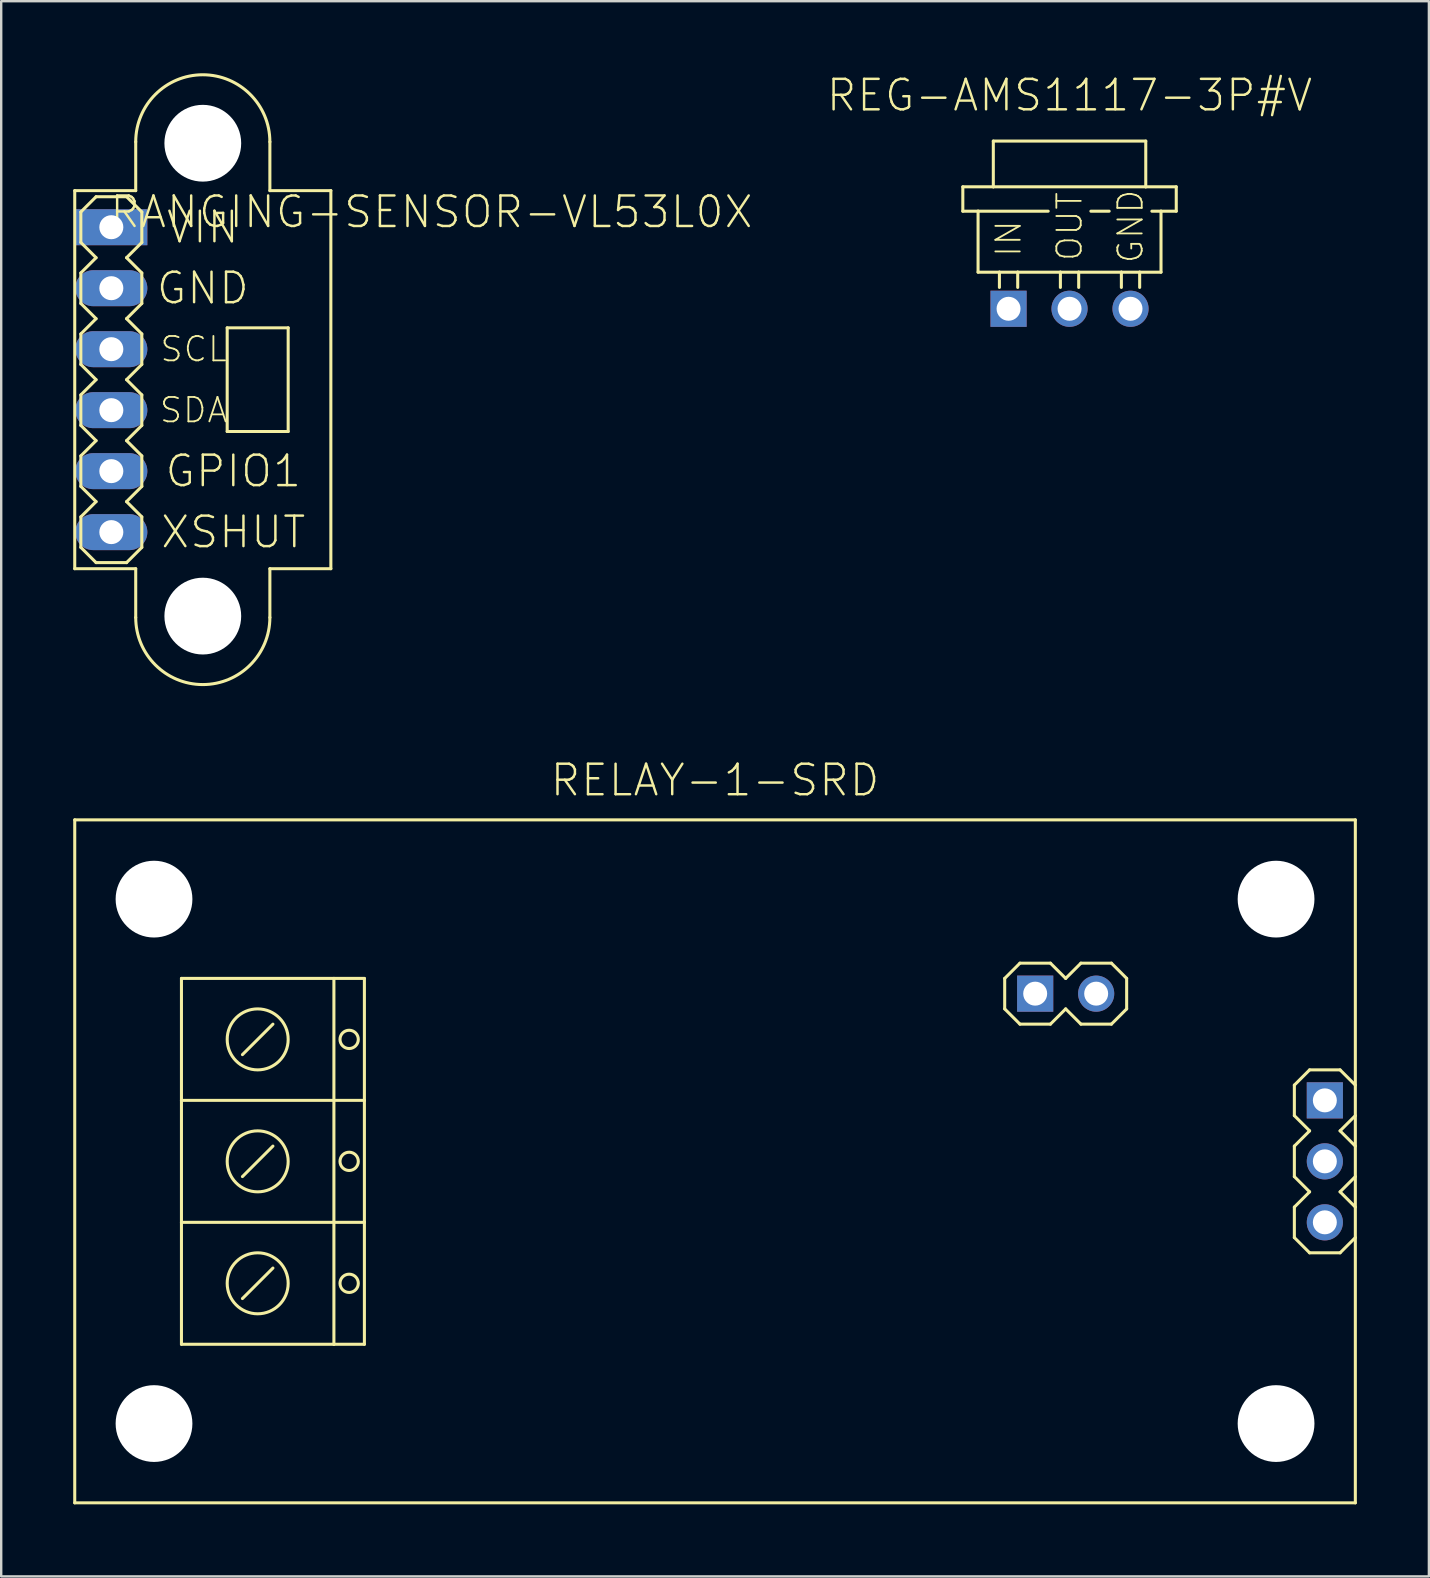
<source format=kicad_pcb>
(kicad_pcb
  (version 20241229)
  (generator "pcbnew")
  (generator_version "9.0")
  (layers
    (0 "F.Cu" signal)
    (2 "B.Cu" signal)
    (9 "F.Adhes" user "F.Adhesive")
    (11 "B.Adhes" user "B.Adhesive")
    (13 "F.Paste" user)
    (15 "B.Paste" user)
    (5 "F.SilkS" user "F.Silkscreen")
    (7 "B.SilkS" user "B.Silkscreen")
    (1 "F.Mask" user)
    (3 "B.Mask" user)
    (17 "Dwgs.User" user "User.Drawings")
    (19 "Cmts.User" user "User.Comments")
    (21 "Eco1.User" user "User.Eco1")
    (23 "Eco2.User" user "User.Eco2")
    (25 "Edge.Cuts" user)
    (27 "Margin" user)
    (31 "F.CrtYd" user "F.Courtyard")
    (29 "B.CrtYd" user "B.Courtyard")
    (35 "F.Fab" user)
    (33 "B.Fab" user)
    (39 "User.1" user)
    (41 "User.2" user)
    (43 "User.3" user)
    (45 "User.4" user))
  (footprint "RELAY-1-SRD"
    (layer "F.Cu")
    (at 26.733 45.323)
    (property "Reference" "RELAY-1-SRD" (at 0 -15.875 0) (layer "F.SilkS") (effects (font (size 1.27 1.27) (thickness 0.102))))
    (attr exclude_from_pos_files exclude_from_bom)
    (fp_line (start -26.67 -14.224) (end 26.67 -14.224) (stroke (width 0.127) (type solid)) (layer "F.SilkS"))
    (fp_line (start -26.67 14.224) (end -26.67 -14.224) (stroke (width 0.127) (type solid)) (layer "F.SilkS"))
    (fp_line (start -22.225 -7.62) (end -15.875 -7.62) (stroke (width 0.127) (type solid)) (layer "F.SilkS"))
    (fp_line (start -22.225 -2.54) (end -22.225 -7.62) (stroke (width 0.127) (type solid)) (layer "F.SilkS"))
    (fp_line (start -22.225 2.54) (end -22.225 -2.54) (stroke (width 0.127) (type solid)) (layer "F.SilkS"))
    (fp_line (start -22.225 2.54) (end -22.225 7.62) (stroke (width 0.127) (type solid)) (layer "F.SilkS"))
    (fp_line (start -22.225 7.62) (end -15.875 7.62) (stroke (width 0.127) (type solid)) (layer "F.SilkS"))
    (fp_line (start -18.415 -5.715) (end -19.685 -4.445) (stroke (width 0.127) (type solid)) (layer "F.SilkS"))
    (fp_line (start -18.415 -0.635) (end -19.685 0.635) (stroke (width 0.127) (type solid)) (layer "F.SilkS"))
    (fp_line (start -18.415 4.445) (end -19.685 5.715) (stroke (width 0.127) (type solid)) (layer "F.SilkS"))
    (fp_line (start -15.875 -7.62) (end -15.875 7.62) (stroke (width 0.127) (type solid)) (layer "F.SilkS"))
    (fp_line (start -15.875 -7.62) (end -14.605 -7.62) (stroke (width 0.127) (type solid)) (layer "F.SilkS"))
    (fp_line (start -15.875 7.62) (end -14.605 7.62) (stroke (width 0.127) (type solid)) (layer "F.SilkS"))
    (fp_line (start -14.605 -7.62) (end -14.605 -2.54) (stroke (width 0.127) (type solid)) (layer "F.SilkS"))
    (fp_line (start -14.605 -2.54) (end -22.225 -2.54) (stroke (width 0.127) (type solid)) (layer "F.SilkS"))
    (fp_line (start -14.605 -2.54) (end -14.605 2.54) (stroke (width 0.127) (type solid)) (layer "F.SilkS"))
    (fp_line (start -14.605 2.54) (end -22.225 2.54) (stroke (width 0.127) (type solid)) (layer "F.SilkS"))
    (fp_line (start -14.605 7.62) (end -14.605 2.54) (stroke (width 0.127) (type solid)) (layer "F.SilkS"))
    (fp_line (start 12.065 -7.62) (end 12.7 -8.255) (stroke (width 0.127) (type solid)) (layer "F.SilkS"))
    (fp_line (start 12.065 -6.35) (end 12.065 -7.62) (stroke (width 0.127) (type solid)) (layer "F.SilkS"))
    (fp_line (start 12.7 -8.255) (end 13.97 -8.255) (stroke (width 0.127) (type solid)) (layer "F.SilkS"))
    (fp_line (start 12.7 -5.715) (end 12.065 -6.35) (stroke (width 0.127) (type solid)) (layer "F.SilkS"))
    (fp_line (start 13.97 -8.255) (end 14.605 -7.62) (stroke (width 0.127) (type solid)) (layer "F.SilkS"))
    (fp_line (start 13.97 -5.715) (end 12.7 -5.715) (stroke (width 0.127) (type solid)) (layer "F.SilkS"))
    (fp_line (start 14.605 -7.62) (end 15.24 -8.255) (stroke (width 0.127) (type solid)) (layer "F.SilkS"))
    (fp_line (start 14.605 -6.35) (end 13.97 -5.715) (stroke (width 0.127) (type solid)) (layer "F.SilkS"))
    (fp_line (start 15.24 -8.255) (end 16.51 -8.255) (stroke (width 0.127) (type solid)) (layer "F.SilkS"))
    (fp_line (start 15.24 -5.715) (end 14.605 -6.35) (stroke (width 0.127) (type solid)) (layer "F.SilkS"))
    (fp_line (start 16.51 -8.255) (end 17.145 -7.62) (stroke (width 0.127) (type solid)) (layer "F.SilkS"))
    (fp_line (start 16.51 -5.715) (end 15.24 -5.715) (stroke (width 0.127) (type solid)) (layer "F.SilkS"))
    (fp_line (start 17.145 -7.62) (end 17.145 -6.35) (stroke (width 0.127) (type solid)) (layer "F.SilkS"))
    (fp_line (start 17.145 -6.35) (end 16.51 -5.715) (stroke (width 0.127) (type solid)) (layer "F.SilkS"))
    (fp_line (start 24.13 -3.175) (end 24.765 -3.81) (stroke (width 0.127) (type solid)) (layer "F.SilkS"))
    (fp_line (start 24.13 -1.905) (end 24.13 -3.175) (stroke (width 0.127) (type solid)) (layer "F.SilkS"))
    (fp_line (start 24.13 -0.635) (end 24.765 -1.27) (stroke (width 0.127) (type solid)) (layer "F.SilkS"))
    (fp_line (start 24.13 0.635) (end 24.13 -0.635) (stroke (width 0.127) (type solid)) (layer "F.SilkS"))
    (fp_line (start 24.13 1.905) (end 24.765 1.27) (stroke (width 0.127) (type solid)) (layer "F.SilkS"))
    (fp_line (start 24.13 3.175) (end 24.13 1.905) (stroke (width 0.127) (type solid)) (layer "F.SilkS"))
    (fp_line (start 24.765 -3.81) (end 26.035 -3.81) (stroke (width 0.127) (type solid)) (layer "F.SilkS"))
    (fp_line (start 24.765 -1.27) (end 24.13 -1.905) (stroke (width 0.127) (type solid)) (layer "F.SilkS"))
    (fp_line (start 24.765 1.27) (end 24.13 0.635) (stroke (width 0.127) (type solid)) (layer "F.SilkS"))
    (fp_line (start 24.765 3.81) (end 24.13 3.175) (stroke (width 0.127) (type solid)) (layer "F.SilkS"))
    (fp_line (start 26.035 -3.81) (end 26.67 -3.175) (stroke (width 0.127) (type solid)) (layer "F.SilkS"))
    (fp_line (start 26.035 -1.27) (end 26.67 -0.635) (stroke (width 0.127) (type solid)) (layer "F.SilkS"))
    (fp_line (start 26.035 1.27) (end 26.67 1.905) (stroke (width 0.127) (type solid)) (layer "F.SilkS"))
    (fp_line (start 26.035 3.81) (end 24.765 3.81) (stroke (width 0.127) (type solid)) (layer "F.SilkS"))
    (fp_line (start 26.67 -14.224) (end 26.67 14.224) (stroke (width 0.127) (type solid)) (layer "F.SilkS"))
    (fp_line (start 26.67 -1.905) (end 26.035 -1.27) (stroke (width 0.127) (type solid)) (layer "F.SilkS"))
    (fp_line (start 26.67 0.635) (end 26.035 1.27) (stroke (width 0.127) (type solid)) (layer "F.SilkS"))
    (fp_line (start 26.67 3.175) (end 26.035 3.81) (stroke (width 0.127) (type solid)) (layer "F.SilkS"))
    (fp_line (start 26.67 14.224) (end -26.67 14.224) (stroke (width 0.127) (type solid)) (layer "F.SilkS"))
    (fp_circle (center -19.05 -5.08) (end -19.05 -6.35) (stroke (width 0.127) (type solid)) (fill no) (layer "F.SilkS"))
    (fp_circle (center -19.05 0) (end -19.05 -1.27) (stroke (width 0.127) (type solid)) (fill no) (layer "F.SilkS"))
    (fp_circle (center -19.05 5.08) (end -19.05 3.81) (stroke (width 0.127) (type solid)) (fill no) (layer "F.SilkS"))
    (fp_circle (center -15.24 -5.08) (end -15.24 -5.461) (stroke (width 0.127) (type solid)) (fill no) (layer "F.SilkS"))
    (fp_circle (center -15.24 0) (end -15.24 -0.381) (stroke (width 0.127) (type solid)) (fill no) (layer "F.SilkS"))
    (fp_circle (center -15.24 5.08) (end -15.24 4.699) (stroke (width 0.127) (type solid)) (fill no) (layer "F.SilkS"))
    (pad "" np_thru_hole circle (at -23.368 -10.922) (size 3.198 3.198) (drill 3.198) (layers "*.Cu" "*.Mask"))
    (pad "" np_thru_hole circle (at -23.368 10.922) (size 3.198 3.198) (drill 3.198) (layers "*.Cu" "*.Mask"))
    (pad "" np_thru_hole circle (at 23.368 -10.922) (size 3.198 3.198) (drill 3.198) (layers "*.Cu" "*.Mask"))
    (pad "" np_thru_hole circle (at 23.368 10.922) (size 3.198 3.198) (drill 3.198) (layers "*.Cu" "*.Mask"))
    (pad "J1.1" thru_hole rect (at 25.4 -2.54) (size 1.506 1.506) (drill 0.998) (layers "*.Cu" "*.Paste" "*.Mask"))
    (pad "J1.2" thru_hole circle (at 25.4 0) (size 1.506 1.506) (drill 0.998) (layers "*.Cu" "*.Paste" "*.Mask"))
    (pad "J1.3" thru_hole circle (at 25.4 2.54) (size 1.506 1.506) (drill 0.998) (layers "*.Cu" "*.Paste" "*.Mask"))
    (pad "J2.1" thru_hole rect (at 13.335 -6.985) (size 1.506 1.506) (drill 0.998) (layers "*.Cu" "*.Paste" "*.Mask"))
    (pad "J2.2" thru_hole circle (at 15.875 -6.985) (size 1.506 1.506) (drill 0.998) (layers "*.Cu" "*.Paste" "*.Mask")))
  (footprint "REG-AMS1117-3P#V"
    (layer "F.Cu")
    (at 41.499 4.731)
    (property "Reference" "REG-AMS1117-3P#V" (at 0 -3.81 0) (layer "F.SilkS") (effects (font (size 1.27 1.27) (thickness 0.102))))
    (attr exclude_from_pos_files exclude_from_bom)
    (fp_line (start -4.445 0) (end -3.175 0) (stroke (width 0.127) (type solid)) (layer "F.SilkS"))
    (fp_line (start -4.445 1.016) (end -4.445 0) (stroke (width 0.127) (type solid)) (layer "F.SilkS"))
    (fp_line (start -3.81 1.016) (end -4.445 1.016) (stroke (width 0.127) (type solid)) (layer "F.SilkS"))
    (fp_line (start -3.81 3.556) (end -3.81 1.016) (stroke (width 0.127) (type solid)) (layer "F.SilkS"))
    (fp_line (start -3.175 -1.905) (end -3.175 0) (stroke (width 0.127) (type solid)) (layer "F.SilkS"))
    (fp_line (start -3.175 0) (end 3.175 0) (stroke (width 0.127) (type solid)) (layer "F.SilkS"))
    (fp_line (start -2.921 3.556) (end -3.81 3.556) (stroke (width 0.127) (type solid)) (layer "F.SilkS"))
    (fp_line (start -2.921 3.556) (end -2.921 4.191) (stroke (width 0.127) (type solid)) (layer "F.SilkS"))
    (fp_line (start -2.159 3.556) (end -2.921 3.556) (stroke (width 0.127) (type solid)) (layer "F.SilkS"))
    (fp_line (start -2.159 3.556) (end -2.159 4.191) (stroke (width 0.127) (type solid)) (layer "F.SilkS"))
    (fp_line (start -0.889 1.016) (end -3.81 1.016) (stroke (width 0.127) (type solid)) (layer "F.SilkS"))
    (fp_line (start -0.381 3.556) (end -2.159 3.556) (stroke (width 0.127) (type solid)) (layer "F.SilkS"))
    (fp_line (start -0.381 3.556) (end -0.381 4.191) (stroke (width 0.127) (type solid)) (layer "F.SilkS"))
    (fp_line (start 0.381 3.556) (end -0.381 3.556) (stroke (width 0.127) (type solid)) (layer "F.SilkS"))
    (fp_line (start 0.381 3.556) (end 0.381 4.191) (stroke (width 0.127) (type solid)) (layer "F.SilkS"))
    (fp_line (start 1.651 1.016) (end 0.889 1.016) (stroke (width 0.127) (type solid)) (layer "F.SilkS"))
    (fp_line (start 2.159 3.556) (end 0.381 3.556) (stroke (width 0.127) (type solid)) (layer "F.SilkS"))
    (fp_line (start 2.159 3.556) (end 2.159 4.191) (stroke (width 0.127) (type solid)) (layer "F.SilkS"))
    (fp_line (start 2.921 3.556) (end 2.159 3.556) (stroke (width 0.127) (type solid)) (layer "F.SilkS"))
    (fp_line (start 2.921 3.556) (end 2.921 4.191) (stroke (width 0.127) (type solid)) (layer "F.SilkS"))
    (fp_line (start 3.175 -1.905) (end -3.175 -1.905) (stroke (width 0.127) (type solid)) (layer "F.SilkS"))
    (fp_line (start 3.175 0) (end 3.175 -1.905) (stroke (width 0.127) (type solid)) (layer "F.SilkS"))
    (fp_line (start 3.175 0) (end 4.445 0) (stroke (width 0.127) (type solid)) (layer "F.SilkS"))
    (fp_line (start 3.81 1.016) (end 3.429 1.016) (stroke (width 0.127) (type solid)) (layer "F.SilkS"))
    (fp_line (start 3.81 3.556) (end 2.921 3.556) (stroke (width 0.127) (type solid)) (layer "F.SilkS"))
    (fp_line (start 3.81 3.556) (end 3.81 1.016) (stroke (width 0.127) (type solid)) (layer "F.SilkS"))
    (fp_line (start 4.445 0) (end 4.445 1.016) (stroke (width 0.127) (type solid)) (layer "F.SilkS"))
    (fp_line (start 4.445 1.016) (end 3.81 1.016) (stroke (width 0.127) (type solid)) (layer "F.SilkS"))
    (fp_text user "IN" (at -2.54 2.159 90) (layer "F.SilkS") (effects (font (size 1.016 1.016) (thickness 0.076))))
    (fp_text user "GND" (at 2.54 1.651 90) (layer "F.SilkS") (effects (font (size 1.016 1.016) (thickness 0.076))))
    (fp_text user "OUT" (at 0 1.651 90) (layer "F.SilkS") (effects (font (size 1.016 1.016) (thickness 0.076))))
    (pad "1" thru_hole rect (at -2.54 5.08) (size 1.506 1.506) (drill 0.998) (layers "*.Cu" "*.Paste" "*.Mask"))
    (pad "2" thru_hole circle (at 0 5.08) (size 1.506 1.506) (drill 0.998) (layers "*.Cu" "*.Paste" "*.Mask"))
    (pad "3" thru_hole circle (at 2.54 5.08) (size 1.506 1.506) (drill 0.998) (layers "*.Cu" "*.Paste" "*.Mask")))
  (footprint "RANGING-SENSOR-VL53L0X"
    (layer "F.Cu")
    (at 5.397 12.764)
    (property "Reference" "RANGING-SENSOR-VL53L0X" (at 9.525 -6.985 0) (layer "F.SilkS") (effects (font (size 1.27 1.27) (thickness 0.102))))
    (attr exclude_from_pos_files exclude_from_bom)
    (fp_line (start -5.334 7.874) (end -5.334 -7.874) (stroke (width 0.127) (type solid)) (layer "F.SilkS"))
    (fp_line (start -5.334 7.874) (end -2.794 7.874) (stroke (width 0.127) (type solid)) (layer "F.SilkS"))
    (fp_line (start -5.08 -6.985) (end -5.08 -5.715) (stroke (width 0.127) (type solid)) (layer "F.SilkS"))
    (fp_line (start -5.08 -6.985) (end -4.445 -7.62) (stroke (width 0.127) (type solid)) (layer "F.SilkS"))
    (fp_line (start -5.08 -5.715) (end -4.445 -5.08) (stroke (width 0.127) (type solid)) (layer "F.SilkS"))
    (fp_line (start -5.08 -4.445) (end -5.08 -3.175) (stroke (width 0.127) (type solid)) (layer "F.SilkS"))
    (fp_line (start -5.08 -3.175) (end -4.445 -2.54) (stroke (width 0.127) (type solid)) (layer "F.SilkS"))
    (fp_line (start -5.08 -1.905) (end -5.08 -0.635) (stroke (width 0.127) (type solid)) (layer "F.SilkS"))
    (fp_line (start -5.08 -0.635) (end -4.445 0) (stroke (width 0.127) (type solid)) (layer "F.SilkS"))
    (fp_line (start -5.08 0.635) (end -5.08 1.905) (stroke (width 0.127) (type solid)) (layer "F.SilkS"))
    (fp_line (start -5.08 1.905) (end -4.445 2.54) (stroke (width 0.127) (type solid)) (layer "F.SilkS"))
    (fp_line (start -5.08 3.175) (end -5.08 4.445) (stroke (width 0.127) (type solid)) (layer "F.SilkS"))
    (fp_line (start -5.08 4.445) (end -4.445 5.08) (stroke (width 0.127) (type solid)) (layer "F.SilkS"))
    (fp_line (start -5.08 5.715) (end -5.08 6.985) (stroke (width 0.127) (type solid)) (layer "F.SilkS"))
    (fp_line (start -5.08 6.985) (end -4.445 7.62) (stroke (width 0.127) (type solid)) (layer "F.SilkS"))
    (fp_line (start -4.445 -7.62) (end -3.175 -7.62) (stroke (width 0.127) (type solid)) (layer "F.SilkS"))
    (fp_line (start -4.445 -5.08) (end -5.08 -4.445) (stroke (width 0.127) (type solid)) (layer "F.SilkS"))
    (fp_line (start -4.445 -2.54) (end -5.08 -1.905) (stroke (width 0.127) (type solid)) (layer "F.SilkS"))
    (fp_line (start -4.445 0) (end -5.08 0.635) (stroke (width 0.127) (type solid)) (layer "F.SilkS"))
    (fp_line (start -4.445 2.54) (end -5.08 3.175) (stroke (width 0.127) (type solid)) (layer "F.SilkS"))
    (fp_line (start -4.445 5.08) (end -5.08 5.715) (stroke (width 0.127) (type solid)) (layer "F.SilkS"))
    (fp_line (start -4.445 7.62) (end -3.175 7.62) (stroke (width 0.127) (type solid)) (layer "F.SilkS"))
    (fp_line (start -3.175 -7.62) (end -2.54 -6.985) (stroke (width 0.127) (type solid)) (layer "F.SilkS"))
    (fp_line (start -3.175 -5.08) (end -2.54 -4.445) (stroke (width 0.127) (type solid)) (layer "F.SilkS"))
    (fp_line (start -3.175 -2.54) (end -2.54 -1.905) (stroke (width 0.127) (type solid)) (layer "F.SilkS"))
    (fp_line (start -3.175 0) (end -2.54 0.635) (stroke (width 0.127) (type solid)) (layer "F.SilkS"))
    (fp_line (start -3.175 5.08) (end -2.54 4.445) (stroke (width 0.127) (type solid)) (layer "F.SilkS"))
    (fp_line (start -3.175 7.62) (end -2.54 6.985) (stroke (width 0.127) (type solid)) (layer "F.SilkS"))
    (fp_line (start -2.794 -7.874) (end -5.334 -7.874) (stroke (width 0.127) (type solid)) (layer "F.SilkS"))
    (fp_line (start -2.794 -7.874) (end -2.794 -9.906) (stroke (width 0.127) (type solid)) (layer "F.SilkS"))
    (fp_line (start -2.794 7.874) (end -2.794 9.906) (stroke (width 0.127) (type solid)) (layer "F.SilkS"))
    (fp_line (start -2.54 -6.985) (end -2.54 -5.715) (stroke (width 0.127) (type solid)) (layer "F.SilkS"))
    (fp_line (start -2.54 -5.715) (end -3.175 -5.08) (stroke (width 0.127) (type solid)) (layer "F.SilkS"))
    (fp_line (start -2.54 -4.445) (end -2.54 -3.175) (stroke (width 0.127) (type solid)) (layer "F.SilkS"))
    (fp_line (start -2.54 -3.175) (end -3.175 -2.54) (stroke (width 0.127) (type solid)) (layer "F.SilkS"))
    (fp_line (start -2.54 -1.905) (end -2.54 -0.635) (stroke (width 0.127) (type solid)) (layer "F.SilkS"))
    (fp_line (start -2.54 -0.635) (end -3.175 0) (stroke (width 0.127) (type solid)) (layer "F.SilkS"))
    (fp_line (start -2.54 0.635) (end -2.54 1.905) (stroke (width 0.127) (type solid)) (layer "F.SilkS"))
    (fp_line (start -2.54 1.905) (end -3.175 2.54) (stroke (width 0.127) (type solid)) (layer "F.SilkS"))
    (fp_line (start -2.54 3.175) (end -3.175 2.54) (stroke (width 0.127) (type solid)) (layer "F.SilkS"))
    (fp_line (start -2.54 4.445) (end -2.54 3.175) (stroke (width 0.127) (type solid)) (layer "F.SilkS"))
    (fp_line (start -2.54 5.715) (end -3.175 5.08) (stroke (width 0.127) (type solid)) (layer "F.SilkS"))
    (fp_line (start -2.54 6.985) (end -2.54 5.715) (stroke (width 0.127) (type solid)) (layer "F.SilkS"))
    (fp_line (start 1.016 -2.159) (end 1.016 2.159) (stroke (width 0.127) (type solid)) (layer "F.SilkS"))
    (fp_line (start 1.016 2.159) (end 3.556 2.159) (stroke (width 0.127) (type solid)) (layer "F.SilkS"))
    (fp_line (start 2.794 -7.874) (end 2.794 -9.906) (stroke (width 0.127) (type solid)) (layer "F.SilkS"))
    (fp_line (start 2.794 7.874) (end 2.794 9.906) (stroke (width 0.127) (type solid)) (layer "F.SilkS"))
    (fp_line (start 2.794 7.874) (end 5.334 7.874) (stroke (width 0.127) (type solid)) (layer "F.SilkS"))
    (fp_line (start 3.556 -2.159) (end 1.016 -2.159) (stroke (width 0.127) (type solid)) (layer "F.SilkS"))
    (fp_line (start 3.556 2.159) (end 3.556 -2.159) (stroke (width 0.127) (type solid)) (layer "F.SilkS"))
    (fp_line (start 5.334 -7.874) (end 2.794 -7.874) (stroke (width 0.127) (type solid)) (layer "F.SilkS"))
    (fp_line (start 5.334 -7.874) (end 5.334 7.874) (stroke (width 0.127) (type solid)) (layer "F.SilkS"))
    (fp_arc (start -2.794 -9.906) (mid 0 -12.7) (end 2.794 -9.906) (stroke (width 0.127) (type solid)) (layer "F.SilkS"))
    (fp_arc (start 2.794 9.906) (mid 0 12.7) (end -2.794 9.906) (stroke (width 0.127) (type solid)) (layer "F.SilkS"))
    (fp_text user "SDA" (at -0.381 1.27 0) (layer "F.SilkS") (effects (font (size 1.016 1.016) (thickness 0.076))))
    (fp_text user "SCL" (at -0.381 -1.27 0) (layer "F.SilkS") (effects (font (size 1.016 1.016) (thickness 0.076))))
    (fp_text user "XSHUT" (at 1.27 6.35 0) (layer "F.SilkS") (effects (font (size 1.27 1.27) (thickness 0.102))))
    (fp_text user "GPIO1" (at 1.27 3.81 0) (layer "F.SilkS") (effects (font (size 1.27 1.27) (thickness 0.102))))
    (fp_text user "GND" (at 0 -3.81 0) (layer "F.SilkS") (effects (font (size 1.27 1.27) (thickness 0.102))))
    (fp_text user "VIN" (at 0 -6.35 0) (layer "F.SilkS") (effects (font (size 1.27 1.27) (thickness 0.102))))
    (pad "" np_thru_hole circle (at 0 -9.848) (size 3.198 3.198) (drill 3.198) (layers "*.Cu" "*.Mask"))
    (pad "" np_thru_hole circle (at 0 9.848) (size 3.198 3.198) (drill 3.198) (layers "*.Cu" "*.Mask"))
    (pad "1" thru_hole rect (at -3.81 -6.35) (size 3 1.5) (drill 1) (layers "*.Cu" "*.Paste" "*.Mask"))
    (pad "2" thru_hole oval (at -3.81 -3.81) (size 3 1.5) (drill 1) (layers "*.Cu" "*.Paste" "*.Mask"))
    (pad "3" thru_hole oval (at -3.81 -1.27) (size 3 1.5) (drill 1) (layers "*.Cu" "*.Paste" "*.Mask"))
    (pad "4" thru_hole oval (at -3.81 1.27) (size 3 1.5) (drill 1) (layers "*.Cu" "*.Paste" "*.Mask"))
    (pad "5" thru_hole oval (at -3.81 3.81) (size 3 1.5) (drill 1) (layers "*.Cu" "*.Paste" "*.Mask"))
    (pad "6" thru_hole oval (at -3.81 6.35) (size 3 1.5) (drill 1) (layers "*.Cu" "*.Paste" "*.Mask")))
  (gr_rect
    (start -3 -3)
    (end 56.467 62.611)
    (stroke (width 0.1) (type default))
    (fill no)
    (layer "Edge.Cuts")))
</source>
